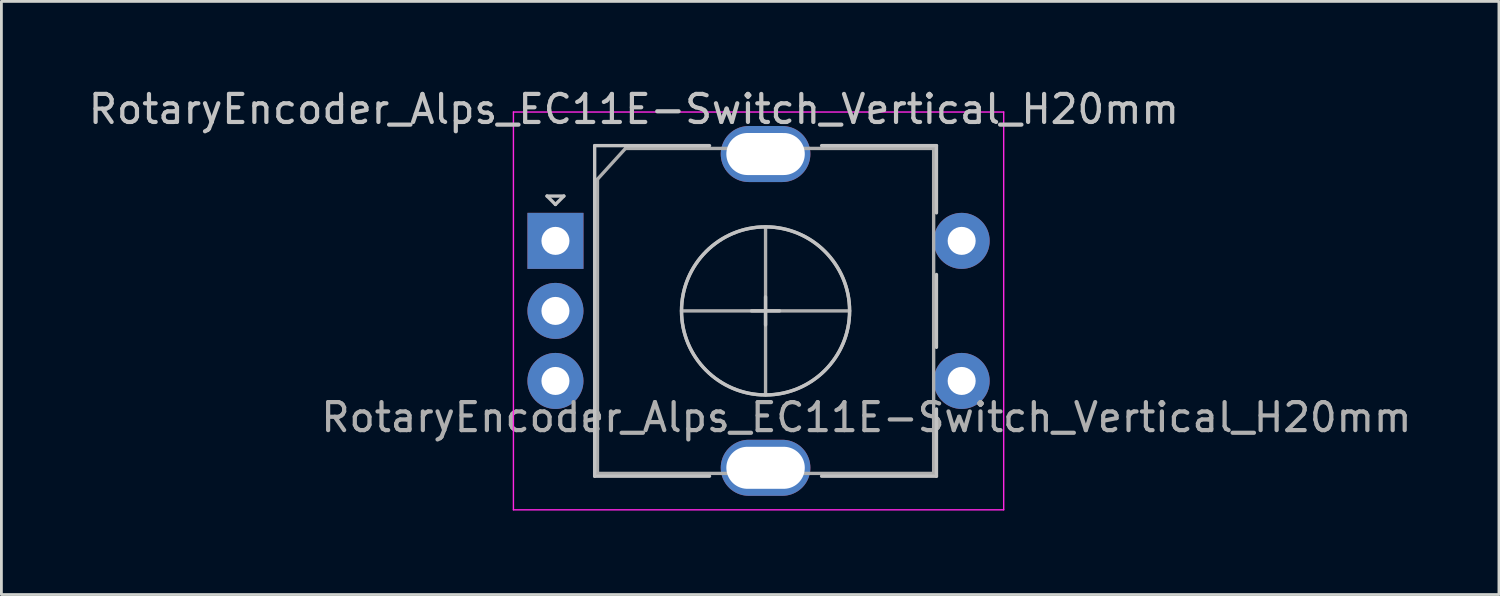
<source format=kicad_pcb>
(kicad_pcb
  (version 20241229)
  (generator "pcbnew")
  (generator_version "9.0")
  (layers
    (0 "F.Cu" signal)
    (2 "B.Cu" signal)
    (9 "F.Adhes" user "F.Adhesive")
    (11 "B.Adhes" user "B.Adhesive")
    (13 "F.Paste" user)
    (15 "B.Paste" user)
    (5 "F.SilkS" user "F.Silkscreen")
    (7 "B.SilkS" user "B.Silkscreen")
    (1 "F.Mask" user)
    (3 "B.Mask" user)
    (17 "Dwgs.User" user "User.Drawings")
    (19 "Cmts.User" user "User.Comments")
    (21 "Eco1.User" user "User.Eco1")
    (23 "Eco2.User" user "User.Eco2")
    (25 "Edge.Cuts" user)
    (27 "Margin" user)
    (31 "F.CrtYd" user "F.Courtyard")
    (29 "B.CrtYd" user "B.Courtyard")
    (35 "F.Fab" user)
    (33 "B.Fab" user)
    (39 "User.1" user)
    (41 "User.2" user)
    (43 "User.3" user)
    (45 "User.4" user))
  (footprint "RotaryEncoder_Alps_EC11E-Switch_Vertical_H20mm"
    (layer "F.Cu")
    (at 24.277 8.048)
    (property "Reference" "RotaryEncoder_Alps_EC11E-Switch_Vertical_H20mm" (at -4.7 -7.2 0) (layer "Dwgs.User") (effects (font (size 1 1) (thickness 0.15))))
    (attr through_hole)
    (fp_line (start -7.8 -4.1) (end -7.2 -4.1) (stroke (width 0.12) (type solid)) (layer "Dwgs.User"))
    (fp_line (start -7.5 -3.8) (end -7.8 -4.1) (stroke (width 0.12) (type solid)) (layer "Dwgs.User"))
    (fp_line (start -7.2 -4.1) (end -7.5 -3.8) (stroke (width 0.12) (type solid)) (layer "Dwgs.User"))
    (fp_line (start -6.1 -5.9) (end -6.1 5.9) (stroke (width 0.12) (type solid)) (layer "Dwgs.User"))
    (fp_line (start -2 -5.9) (end -6.1 -5.9) (stroke (width 0.12) (type solid)) (layer "Dwgs.User"))
    (fp_line (start -2 5.9) (end -6.1 5.9) (stroke (width 0.12) (type solid)) (layer "Dwgs.User"))
    (fp_line (start -0.5 0) (end 0.5 0) (stroke (width 0.12) (type solid)) (layer "Dwgs.User"))
    (fp_line (start 0 -0.5) (end 0 0.5) (stroke (width 0.12) (type solid)) (layer "Dwgs.User"))
    (fp_line (start 2 -5.9) (end 6.1 -5.9) (stroke (width 0.12) (type solid)) (layer "Dwgs.User"))
    (fp_line (start 6.1 -5.9) (end 6.1 -3.5) (stroke (width 0.12) (type solid)) (layer "Dwgs.User"))
    (fp_line (start 6.1 -1.3) (end 6.1 1.3) (stroke (width 0.12) (type solid)) (layer "Dwgs.User"))
    (fp_line (start 6.1 3.5) (end 6.1 5.9) (stroke (width 0.12) (type solid)) (layer "Dwgs.User"))
    (fp_line (start 6.1 5.9) (end 2 5.9) (stroke (width 0.12) (type solid)) (layer "Dwgs.User"))
    (fp_circle (center 0 0) (end 3 0) (stroke (width 0.12) (type solid)) (fill no) (layer "Dwgs.User"))
    (fp_line (start -9 -7.1) (end -9 7.1) (stroke (width 0.05) (type solid)) (layer "F.CrtYd"))
    (fp_line (start -9 -7.1) (end 8.5 -7.1) (stroke (width 0.05) (type solid)) (layer "F.CrtYd"))
    (fp_line (start 8.5 7.1) (end -9 7.1) (stroke (width 0.05) (type solid)) (layer "F.CrtYd"))
    (fp_line (start 8.5 7.1) (end 8.5 -7.1) (stroke (width 0.05) (type solid)) (layer "F.CrtYd"))
    (fp_line (start -6 -4.7) (end -5 -5.8) (stroke (width 0.12) (type solid)) (layer "F.Fab"))
    (fp_line (start -6 5.8) (end -6 -4.7) (stroke (width 0.12) (type solid)) (layer "F.Fab"))
    (fp_line (start -5 -5.8) (end 6 -5.8) (stroke (width 0.12) (type solid)) (layer "F.Fab"))
    (fp_line (start -3 0) (end 3 0) (stroke (width 0.12) (type solid)) (layer "F.Fab"))
    (fp_line (start 0 -3) (end 0 3) (stroke (width 0.12) (type solid)) (layer "F.Fab"))
    (fp_line (start 6 -5.8) (end 6 5.8) (stroke (width 0.12) (type solid)) (layer "F.Fab"))
    (fp_line (start 6 5.8) (end -6 5.8) (stroke (width 0.12) (type solid)) (layer "F.Fab"))
    (fp_circle (center 0 0) (end 3 0) (stroke (width 0.12) (type solid)) (fill no) (layer "F.Fab"))
    (fp_text user "${REFERENCE}" (at 3.6 3.8 0) (layer "F.Fab") (effects (font (size 1 1) (thickness 0.15))))
    (pad "A" thru_hole rect (at -7.5 -2.5) (size 2 2) (drill 1) (layers "*.Cu" "*.Mask"))
    (pad "B" thru_hole circle (at -7.5 2.5) (size 2 2) (drill 1) (layers "*.Cu" "*.Mask"))
    (pad "C" thru_hole circle (at -7.5 0) (size 2 2) (drill 1) (layers "*.Cu" "*.Mask"))
    (pad "MP" thru_hole oval (at 0 -5.6) (size 3.2 2) (drill oval 2.8 1.5) (layers "*.Cu" "*.Mask"))
    (pad "MP" thru_hole oval (at 0 5.6) (size 3.2 2) (drill oval 2.8 1.5) (layers "*.Cu" "*.Mask"))
    (pad "S1" thru_hole circle (at 7 2.5) (size 2 2) (drill 1) (layers "*.Cu" "*.Mask"))
    (pad "S2" thru_hole circle (at 7 -2.5) (size 2 2) (drill 1) (layers "*.Cu" "*.Mask")))
  (gr_rect
    (start -3 -3)
    (end 50.455 18.173)
    (stroke (width 0.1) (type default))
    (fill no)
    (layer "Edge.Cuts")))
</source>
